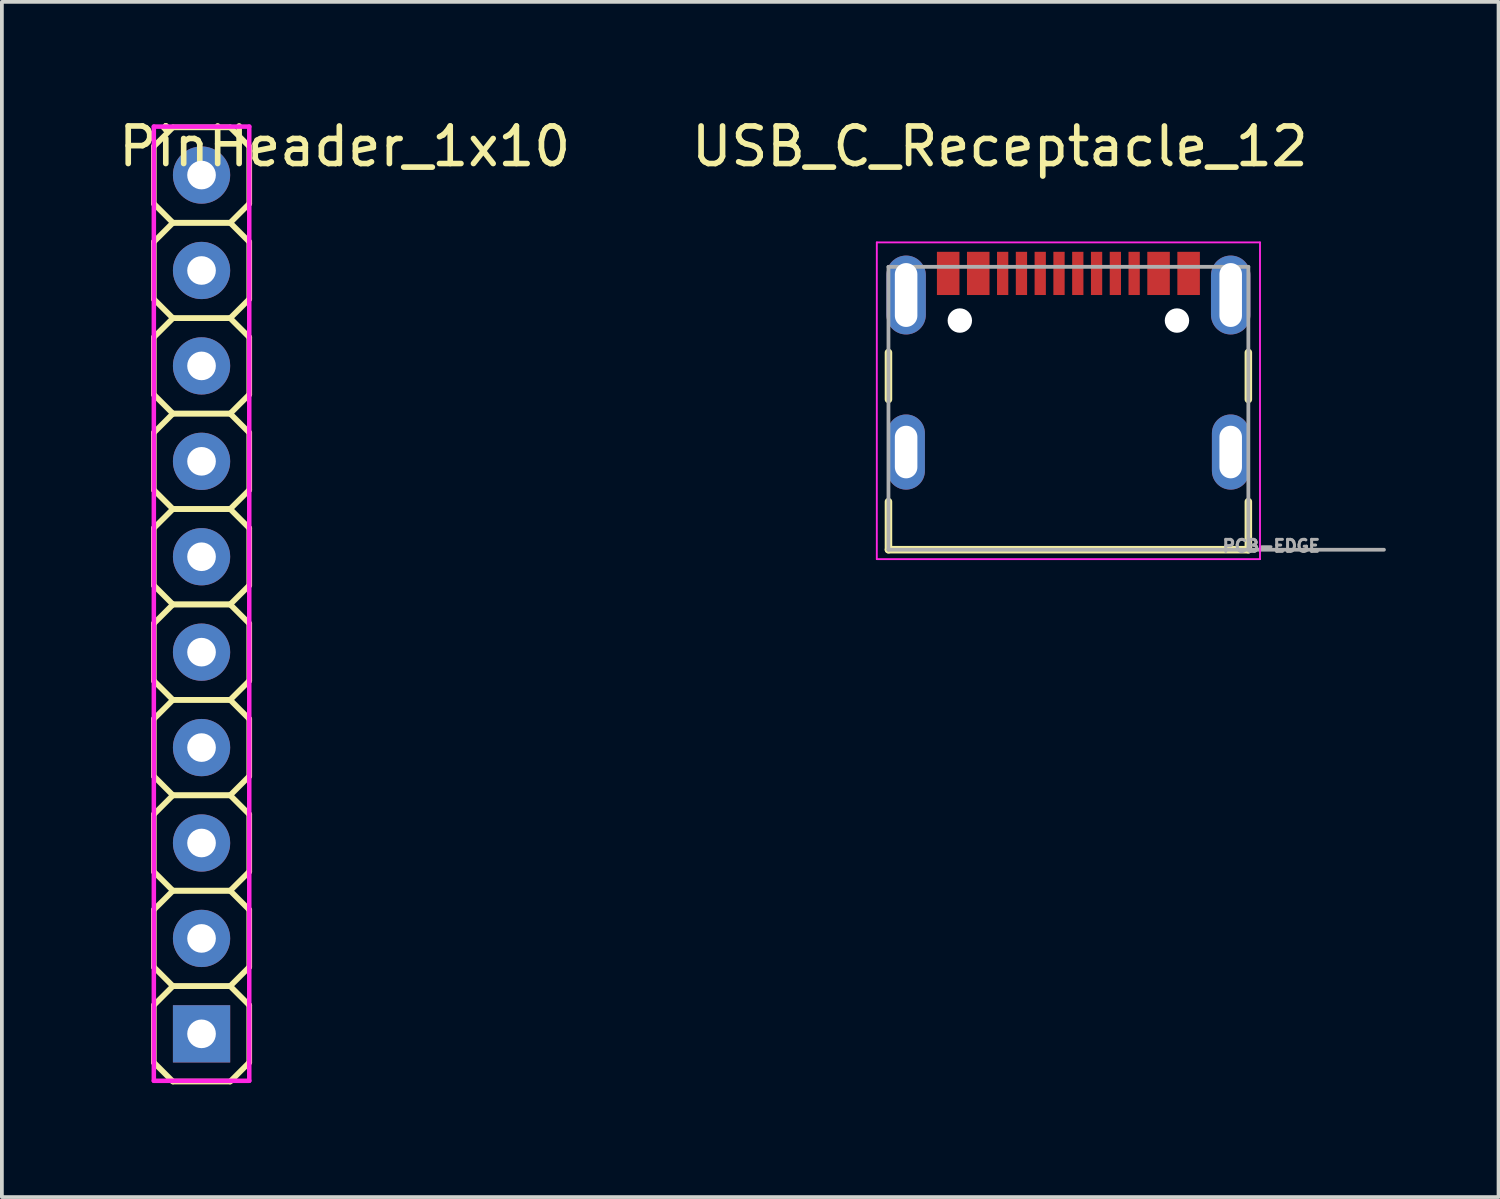
<source format=kicad_pcb>
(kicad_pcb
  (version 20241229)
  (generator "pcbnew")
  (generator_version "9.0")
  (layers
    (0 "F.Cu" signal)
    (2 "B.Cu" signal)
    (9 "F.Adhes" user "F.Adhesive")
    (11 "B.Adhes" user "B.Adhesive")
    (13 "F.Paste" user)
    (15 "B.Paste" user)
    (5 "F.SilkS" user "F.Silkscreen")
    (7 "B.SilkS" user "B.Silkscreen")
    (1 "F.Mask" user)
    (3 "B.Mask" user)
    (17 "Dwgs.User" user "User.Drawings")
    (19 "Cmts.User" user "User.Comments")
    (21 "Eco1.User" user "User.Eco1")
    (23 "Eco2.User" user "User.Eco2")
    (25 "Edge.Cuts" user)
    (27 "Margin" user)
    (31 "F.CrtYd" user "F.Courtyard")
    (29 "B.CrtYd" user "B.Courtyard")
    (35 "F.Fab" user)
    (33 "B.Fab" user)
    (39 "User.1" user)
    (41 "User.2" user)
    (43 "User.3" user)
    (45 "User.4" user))
  (footprint "USB_C_Receptacle_12"
    (layer "F.Cu")
    (at 25.39 8.983)
    (property "Reference" "USB_C_Receptacle_12" (at -1.825 -8.135 0) (layer "F.SilkS") (effects (font (size 1 1) (thickness 0.15))))
    (attr through_hole)
    (fp_line (start -4.79 -2.65) (end -4.79 -1.4) (stroke (width 0.2) (type solid)) (layer "F.SilkS"))
    (fp_line (start -4.79 1.32) (end -4.79 2.6) (stroke (width 0.2) (type solid)) (layer "F.SilkS"))
    (fp_line (start -4.79 2.6) (end 4.79 2.6) (stroke (width 0.2) (type solid)) (layer "F.SilkS"))
    (fp_line (start 4.79 -2.65) (end 4.79 -1.4) (stroke (width 0.2) (type solid)) (layer "F.SilkS"))
    (fp_line (start 4.79 2.6) (end 4.79 1.32) (stroke (width 0.2) (type solid)) (layer "F.SilkS"))
    (fp_line (start -5.1 -5.58) (end -5.1 2.85) (stroke (width 0.05) (type solid)) (layer "F.CrtYd"))
    (fp_line (start -5.1 2.85) (end 5.1 2.85) (stroke (width 0.05) (type solid)) (layer "F.CrtYd"))
    (fp_line (start 5.1 -5.58) (end -5.1 -5.58) (stroke (width 0.05) (type solid)) (layer "F.CrtYd"))
    (fp_line (start 5.1 2.85) (end 5.1 -5.58) (stroke (width 0.05) (type solid)) (layer "F.CrtYd"))
    (fp_line (start -4.79 -4.93) (end 4.79 -4.93) (stroke (width 0.1) (type solid)) (layer "F.Fab"))
    (fp_line (start -4.79 2.6) (end -4.79 -4.93) (stroke (width 0.1) (type solid)) (layer "F.Fab"))
    (fp_line (start 4.79 -4.93) (end 4.79 2.6) (stroke (width 0.1) (type solid)) (layer "F.Fab"))
    (fp_line (start 4.79 2.6) (end -4.79 2.6) (stroke (width 0.1) (type solid)) (layer "F.Fab"))
    (fp_line (start 4.8 2.6) (end 8.4 2.6) (stroke (width 0.1) (type solid)) (layer "F.Fab"))
    (fp_text user "PCB-EDGE" (at 5.4 2.5 0) (layer "F.Fab") (effects (font (size 0.32 0.32) (thickness 0.15))))
    (pad "" np_thru_hole circle (at -2.89 -3.5) (size 0.65 0.65) (drill 0.65) (layers "*.Cu" "*.Mask"))
    (pad "" np_thru_hole circle (at 2.89 -3.5) (size 0.65 0.65) (drill 0.65) (layers "*.Cu" "*.Mask"))
    (pad "A1_B12" smd rect (at -3.2 -4.755) (size 0.6 1.15) (layers "F.Cu" "F.Mask" "F.Paste"))
    (pad "A4_B9" smd rect (at -2.4 -4.755) (size 0.6 1.15) (layers "F.Cu" "F.Mask" "F.Paste"))
    (pad "A5" smd rect (at -1.25 -4.755) (size 0.3 1.15) (layers "F.Cu" "F.Mask" "F.Paste"))
    (pad "A6" smd rect (at -0.25 -4.755) (size 0.3 1.15) (layers "F.Cu" "F.Mask" "F.Paste"))
    (pad "A7" smd rect (at 0.25 -4.755) (size 0.3 1.15) (layers "F.Cu" "F.Mask" "F.Paste"))
    (pad "A8" smd rect (at 1.25 -4.755) (size 0.3 1.15) (layers "F.Cu" "F.Mask" "F.Paste"))
    (pad "B1_A12" smd rect (at 3.2 -4.755) (size 0.6 1.15) (layers "F.Cu" "F.Mask" "F.Paste"))
    (pad "B4_A9" smd rect (at 2.4 -4.755) (size 0.6 1.15) (layers "F.Cu" "F.Mask" "F.Paste"))
    (pad "B5" smd rect (at 1.75 -4.755) (size 0.3 1.15) (layers "F.Cu" "F.Mask" "F.Paste"))
    (pad "B6" smd rect (at 0.75 -4.755) (size 0.3 1.15) (layers "F.Cu" "F.Mask" "F.Paste"))
    (pad "B7" smd rect (at -0.75 -4.755) (size 0.3 1.15) (layers "F.Cu" "F.Mask" "F.Paste"))
    (pad "B8" smd rect (at -1.75 -4.755) (size 0.3 1.15) (layers "F.Cu" "F.Mask" "F.Paste"))
    (pad "S1" thru_hole oval (at -4.32 -4.18) (size 1.05 2.1) (drill oval 0.6 1.7) (layers "*.Cu" "*.Mask"))
    (pad "S2" thru_hole oval (at -4.32 0) (size 1 2) (drill oval 0.6 1.4) (layers "*.Cu" "*.Mask"))
    (pad "S3" thru_hole oval (at 4.32 0) (size 1 2) (drill oval 0.6 1.4) (layers "*.Cu" "*.Mask"))
    (pad "S4" thru_hole oval (at 4.32 -4.18) (size 1.05 2.1) (drill oval 0.6 1.7) (layers "*.Cu" "*.Mask")))
  (footprint "PinHeader_1x10"
    (layer "F.Cu")
    (at 2.315 13.02)
    (property "Reference" "PinHeader_1x10" (at 3.81 -12.172 0) (layer "F.SilkS") (effects (font (size 1 1) (thickness 0.15))))
    (attr through_hole)
    (fp_line (start -1.27 -12.172) (end -0.762 -12.68) (stroke (width 0.15) (type solid)) (layer "F.SilkS"))
    (fp_line (start -1.27 -10.648) (end -1.27 -12.172) (stroke (width 0.15) (type solid)) (layer "F.SilkS"))
    (fp_line (start -1.27 -9.632) (end -0.762 -10.14) (stroke (width 0.15) (type solid)) (layer "F.SilkS"))
    (fp_line (start -1.27 -8.108) (end -1.27 -9.632) (stroke (width 0.15) (type solid)) (layer "F.SilkS"))
    (fp_line (start -1.27 -7.092) (end -0.762 -7.6) (stroke (width 0.15) (type solid)) (layer "F.SilkS"))
    (fp_line (start -1.27 -5.568) (end -1.27 -7.092) (stroke (width 0.15) (type solid)) (layer "F.SilkS"))
    (fp_line (start -1.27 -4.552) (end -0.762 -5.06) (stroke (width 0.15) (type solid)) (layer "F.SilkS"))
    (fp_line (start -1.27 -3.028) (end -1.27 -4.552) (stroke (width 0.15) (type solid)) (layer "F.SilkS"))
    (fp_line (start -1.27 -2.012) (end -0.762 -2.52) (stroke (width 0.15) (type solid)) (layer "F.SilkS"))
    (fp_line (start -1.27 -0.488) (end -1.27 -2.012) (stroke (width 0.15) (type solid)) (layer "F.SilkS"))
    (fp_line (start -1.27 0.528) (end -0.762 0.02) (stroke (width 0.15) (type solid)) (layer "F.SilkS"))
    (fp_line (start -1.27 2.052) (end -1.27 0.528) (stroke (width 0.15) (type solid)) (layer "F.SilkS"))
    (fp_line (start -1.27 3.068) (end -0.762 2.56) (stroke (width 0.15) (type solid)) (layer "F.SilkS"))
    (fp_line (start -1.27 4.592) (end -1.27 3.068) (stroke (width 0.15) (type solid)) (layer "F.SilkS"))
    (fp_line (start -1.27 5.608) (end -0.762 5.1) (stroke (width 0.15) (type solid)) (layer "F.SilkS"))
    (fp_line (start -1.27 7.132) (end -1.27 5.608) (stroke (width 0.15) (type solid)) (layer "F.SilkS"))
    (fp_line (start -1.27 8.148) (end -0.762 7.64) (stroke (width 0.15) (type solid)) (layer "F.SilkS"))
    (fp_line (start -1.27 9.672) (end -1.27 8.148) (stroke (width 0.15) (type solid)) (layer "F.SilkS"))
    (fp_line (start -1.27 10.688) (end -0.762 10.18) (stroke (width 0.15) (type solid)) (layer "F.SilkS"))
    (fp_line (start -1.27 12.212) (end -1.27 10.688) (stroke (width 0.15) (type solid)) (layer "F.SilkS"))
    (fp_line (start -0.762 -12.68) (end 0.762 -12.68) (stroke (width 0.15) (type solid)) (layer "F.SilkS"))
    (fp_line (start -0.762 -10.14) (end -1.27 -10.648) (stroke (width 0.15) (type solid)) (layer "F.SilkS"))
    (fp_line (start -0.762 -10.14) (end 0.762 -10.14) (stroke (width 0.15) (type solid)) (layer "F.SilkS"))
    (fp_line (start -0.762 -7.6) (end -1.27 -8.108) (stroke (width 0.15) (type solid)) (layer "F.SilkS"))
    (fp_line (start -0.762 -7.6) (end 0.762 -7.6) (stroke (width 0.15) (type solid)) (layer "F.SilkS"))
    (fp_line (start -0.762 -5.06) (end -1.27 -5.568) (stroke (width 0.15) (type solid)) (layer "F.SilkS"))
    (fp_line (start -0.762 -5.06) (end 0.762 -5.06) (stroke (width 0.15) (type solid)) (layer "F.SilkS"))
    (fp_line (start -0.762 -2.52) (end -1.27 -3.028) (stroke (width 0.15) (type solid)) (layer "F.SilkS"))
    (fp_line (start -0.762 -2.52) (end 0.762 -2.52) (stroke (width 0.15) (type solid)) (layer "F.SilkS"))
    (fp_line (start -0.762 0.02) (end -1.27 -0.488) (stroke (width 0.15) (type solid)) (layer "F.SilkS"))
    (fp_line (start -0.762 0.02) (end 0.762 0.02) (stroke (width 0.15) (type solid)) (layer "F.SilkS"))
    (fp_line (start -0.762 2.56) (end -1.27 2.052) (stroke (width 0.15) (type solid)) (layer "F.SilkS"))
    (fp_line (start -0.762 2.56) (end 0.762 2.56) (stroke (width 0.15) (type solid)) (layer "F.SilkS"))
    (fp_line (start -0.762 5.1) (end -1.27 4.592) (stroke (width 0.15) (type solid)) (layer "F.SilkS"))
    (fp_line (start -0.762 5.1) (end 0.762 5.1) (stroke (width 0.15) (type solid)) (layer "F.SilkS"))
    (fp_line (start -0.762 7.64) (end -1.27 7.132) (stroke (width 0.15) (type solid)) (layer "F.SilkS"))
    (fp_line (start -0.762 7.64) (end 0.762 7.64) (stroke (width 0.15) (type solid)) (layer "F.SilkS"))
    (fp_line (start -0.762 10.18) (end -1.27 9.672) (stroke (width 0.15) (type solid)) (layer "F.SilkS"))
    (fp_line (start -0.762 10.18) (end 0.762 10.18) (stroke (width 0.15) (type solid)) (layer "F.SilkS"))
    (fp_line (start -0.762 12.72) (end -1.27 12.212) (stroke (width 0.15) (type solid)) (layer "F.SilkS"))
    (fp_line (start 0.762 -12.68) (end 1.27 -12.172) (stroke (width 0.15) (type solid)) (layer "F.SilkS"))
    (fp_line (start 0.762 -10.14) (end -0.762 -10.14) (stroke (width 0.15) (type solid)) (layer "F.SilkS"))
    (fp_line (start 0.762 -10.14) (end 1.27 -9.632) (stroke (width 0.15) (type solid)) (layer "F.SilkS"))
    (fp_line (start 0.762 -7.6) (end -0.762 -7.6) (stroke (width 0.15) (type solid)) (layer "F.SilkS"))
    (fp_line (start 0.762 -7.6) (end 1.27 -7.092) (stroke (width 0.15) (type solid)) (layer "F.SilkS"))
    (fp_line (start 0.762 -5.06) (end -0.762 -5.06) (stroke (width 0.15) (type solid)) (layer "F.SilkS"))
    (fp_line (start 0.762 -5.06) (end 1.27 -4.552) (stroke (width 0.15) (type solid)) (layer "F.SilkS"))
    (fp_line (start 0.762 -2.52) (end -0.762 -2.52) (stroke (width 0.15) (type solid)) (layer "F.SilkS"))
    (fp_line (start 0.762 -2.52) (end 1.27 -2.012) (stroke (width 0.15) (type solid)) (layer "F.SilkS"))
    (fp_line (start 0.762 0.02) (end -0.762 0.02) (stroke (width 0.15) (type solid)) (layer "F.SilkS"))
    (fp_line (start 0.762 0.02) (end 1.27 0.528) (stroke (width 0.15) (type solid)) (layer "F.SilkS"))
    (fp_line (start 0.762 2.56) (end -0.762 2.56) (stroke (width 0.15) (type solid)) (layer "F.SilkS"))
    (fp_line (start 0.762 2.56) (end 1.27 3.068) (stroke (width 0.15) (type solid)) (layer "F.SilkS"))
    (fp_line (start 0.762 5.1) (end -0.762 5.1) (stroke (width 0.15) (type solid)) (layer "F.SilkS"))
    (fp_line (start 0.762 5.1) (end 1.27 5.608) (stroke (width 0.15) (type solid)) (layer "F.SilkS"))
    (fp_line (start 0.762 7.64) (end -0.762 7.64) (stroke (width 0.15) (type solid)) (layer "F.SilkS"))
    (fp_line (start 0.762 7.64) (end 1.27 8.148) (stroke (width 0.15) (type solid)) (layer "F.SilkS"))
    (fp_line (start 0.762 10.18) (end -0.762 10.18) (stroke (width 0.15) (type solid)) (layer "F.SilkS"))
    (fp_line (start 0.762 10.18) (end 1.27 10.688) (stroke (width 0.15) (type solid)) (layer "F.SilkS"))
    (fp_line (start 0.762 12.72) (end -0.762 12.72) (stroke (width 0.15) (type solid)) (layer "F.SilkS"))
    (fp_line (start 1.27 -12.172) (end 1.27 -10.648) (stroke (width 0.15) (type solid)) (layer "F.SilkS"))
    (fp_line (start 1.27 -10.648) (end 0.762 -10.14) (stroke (width 0.15) (type solid)) (layer "F.SilkS"))
    (fp_line (start 1.27 -9.632) (end 1.27 -8.108) (stroke (width 0.15) (type solid)) (layer "F.SilkS"))
    (fp_line (start 1.27 -8.108) (end 0.762 -7.6) (stroke (width 0.15) (type solid)) (layer "F.SilkS"))
    (fp_line (start 1.27 -7.092) (end 1.27 -5.568) (stroke (width 0.15) (type solid)) (layer "F.SilkS"))
    (fp_line (start 1.27 -5.568) (end 0.762 -5.06) (stroke (width 0.15) (type solid)) (layer "F.SilkS"))
    (fp_line (start 1.27 -4.552) (end 1.27 -3.028) (stroke (width 0.15) (type solid)) (layer "F.SilkS"))
    (fp_line (start 1.27 -3.028) (end 0.762 -2.52) (stroke (width 0.15) (type solid)) (layer "F.SilkS"))
    (fp_line (start 1.27 -2.012) (end 1.27 -0.488) (stroke (width 0.15) (type solid)) (layer "F.SilkS"))
    (fp_line (start 1.27 -0.488) (end 0.762 0.02) (stroke (width 0.15) (type solid)) (layer "F.SilkS"))
    (fp_line (start 1.27 0.528) (end 1.27 2.052) (stroke (width 0.15) (type solid)) (layer "F.SilkS"))
    (fp_line (start 1.27 2.052) (end 0.762 2.56) (stroke (width 0.15) (type solid)) (layer "F.SilkS"))
    (fp_line (start 1.27 3.068) (end 1.27 4.592) (stroke (width 0.15) (type solid)) (layer "F.SilkS"))
    (fp_line (start 1.27 4.592) (end 0.762 5.1) (stroke (width 0.15) (type solid)) (layer "F.SilkS"))
    (fp_line (start 1.27 5.608) (end 1.27 7.132) (stroke (width 0.15) (type solid)) (layer "F.SilkS"))
    (fp_line (start 1.27 7.132) (end 0.762 7.64) (stroke (width 0.15) (type solid)) (layer "F.SilkS"))
    (fp_line (start 1.27 8.148) (end 1.27 9.672) (stroke (width 0.15) (type solid)) (layer "F.SilkS"))
    (fp_line (start 1.27 9.672) (end 0.762 10.18) (stroke (width 0.15) (type solid)) (layer "F.SilkS"))
    (fp_line (start 1.27 10.688) (end 1.27 12.212) (stroke (width 0.15) (type solid)) (layer "F.SilkS"))
    (fp_line (start 1.27 12.212) (end 0.762 12.72) (stroke (width 0.15) (type solid)) (layer "F.SilkS"))
    (fp_line (start -1.27 -12.7) (end 1.27 -12.7) (stroke (width 0.12) (type solid)) (layer "F.CrtYd"))
    (fp_line (start -1.27 12.7) (end -1.27 -12.7) (stroke (width 0.12) (type solid)) (layer "F.CrtYd"))
    (fp_line (start 1.27 -12.7) (end 1.27 12.7) (stroke (width 0.12) (type solid)) (layer "F.CrtYd"))
    (fp_line (start 1.27 12.7) (end -1.27 12.7) (stroke (width 0.12) (type solid)) (layer "F.CrtYd"))
    (pad "1" thru_hole circle (at 0 -11.41) (size 1.524 1.524) (drill 0.762) (layers "*.Cu" "*.Mask"))
    (pad "2" thru_hole circle (at 0 -8.87) (size 1.524 1.524) (drill 0.762) (layers "*.Cu" "*.Mask"))
    (pad "3" thru_hole circle (at 0 -6.33) (size 1.524 1.524) (drill 0.762) (layers "*.Cu" "*.Mask"))
    (pad "4" thru_hole circle (at 0 -3.79) (size 1.524 1.524) (drill 0.762) (layers "*.Cu" "*.Mask"))
    (pad "5" thru_hole circle (at 0 -1.25) (size 1.524 1.524) (drill 0.762) (layers "*.Cu" "*.Mask"))
    (pad "6" thru_hole circle (at 0 1.29) (size 1.524 1.524) (drill 0.762) (layers "*.Cu" "*.Mask"))
    (pad "7" thru_hole circle (at 0 3.83) (size 1.524 1.524) (drill 0.762) (layers "*.Cu" "*.Mask"))
    (pad "8" thru_hole circle (at 0 6.37) (size 1.524 1.524) (drill 0.762) (layers "*.Cu" "*.Mask"))
    (pad "9" thru_hole circle (at 0 8.91) (size 1.524 1.524) (drill 0.762) (layers "*.Cu" "*.Mask"))
    (pad "10" thru_hole rect (at 0 11.45) (size 1.524 1.524) (drill 0.762) (layers "*.Cu" "*.Mask")))
  (gr_rect
    (start -3 -3)
    (end 36.84 28.815)
    (stroke (width 0.1) (type default))
    (fill no)
    (layer "Edge.Cuts")))
</source>
